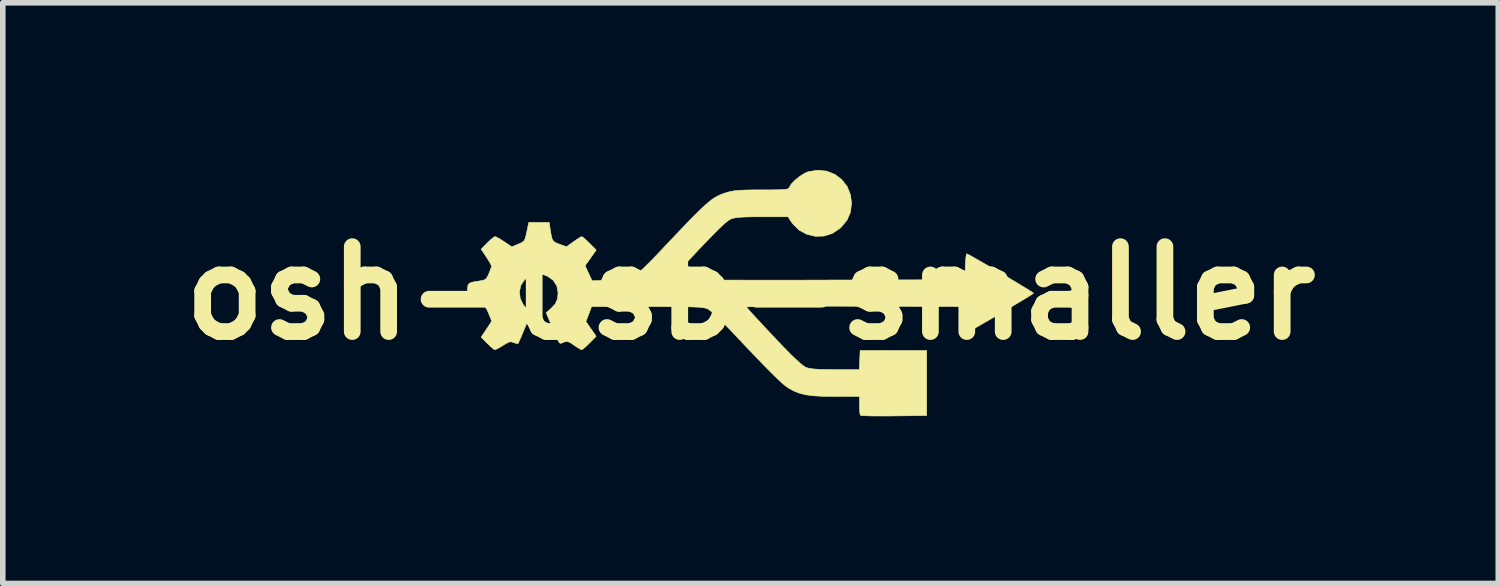
<source format=kicad_pcb>
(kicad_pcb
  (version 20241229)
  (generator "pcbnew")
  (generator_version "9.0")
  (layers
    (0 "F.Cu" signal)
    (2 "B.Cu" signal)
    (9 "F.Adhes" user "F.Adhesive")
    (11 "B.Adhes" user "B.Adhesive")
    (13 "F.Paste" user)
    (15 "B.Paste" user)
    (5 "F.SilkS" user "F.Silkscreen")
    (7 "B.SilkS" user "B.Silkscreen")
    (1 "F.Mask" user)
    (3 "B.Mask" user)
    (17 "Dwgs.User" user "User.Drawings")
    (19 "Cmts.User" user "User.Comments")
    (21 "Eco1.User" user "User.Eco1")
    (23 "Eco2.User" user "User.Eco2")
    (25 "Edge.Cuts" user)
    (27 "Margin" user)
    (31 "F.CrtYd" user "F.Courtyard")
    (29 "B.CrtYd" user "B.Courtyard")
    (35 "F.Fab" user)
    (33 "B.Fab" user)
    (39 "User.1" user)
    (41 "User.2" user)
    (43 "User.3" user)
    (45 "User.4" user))
  (footprint "osh-usb-smaller"
    (layer "F.Cu")
    (at 10.421 2.212)
    (property "Reference" "osh-usb-smaller" (at 0 0 0) (layer "F.SilkS") (effects (font (size 1.524 1.524) (thickness 0.3))))
    (attr through_hole)
    (fp_poly (pts (xy 1.369 -2.19) (xy 1.515 -2.132) (xy 1.639 -2.038) (xy 1.735 -1.914) (xy 1.795 -1.765) (xy 1.814 -1.613) (xy 1.794 -1.453) (xy 1.734 -1.312) (xy 1.627 -1.184) (xy 1.604 -1.162) (xy 1.469 -1.072) (xy 1.319 -1.025) (xy 1.164 -1.02) (xy 1.012 -1.056) (xy 0.873 -1.131) (xy 0.757 -1.245) (xy 0.729 -1.285) (xy 0.673 -1.371) (xy 0.21 -1.371) (xy 0.028 -1.37) (xy -0.111 -1.367) (xy -0.214 -1.36) (xy -0.288 -1.35) (xy -0.342 -1.336) (xy -0.35 -1.333) (xy -0.396 -1.306) (xy -0.463 -1.252) (xy -0.553 -1.168) (xy -0.669 -1.053) (xy -0.814 -0.903) (xy -0.928 -0.783) (xy -1.054 -0.649) (xy -1.169 -0.526) (xy -1.267 -0.42) (xy -1.344 -0.336) (xy -1.396 -0.277) (xy -1.418 -0.251) (xy -1.418 -0.25) (xy -1.395 -0.247) (xy -1.323 -0.245) (xy -1.208 -0.242) (xy -1.051 -0.24) (xy -0.856 -0.238) (xy -0.626 -0.236) (xy -0.365 -0.235) (xy -0.076 -0.234) (xy 0.239 -0.234) (xy 0.576 -0.234) (xy 0.931 -0.234) (xy 1.211 -0.235) (xy 3.848 -0.241) (xy 3.855 -0.478) (xy 3.861 -0.58) (xy 3.868 -0.657) (xy 3.878 -0.701) (xy 3.883 -0.707) (xy 3.922 -0.687) (xy 3.995 -0.647) (xy 4.095 -0.59) (xy 4.216 -0.52) (xy 4.349 -0.443) (xy 4.489 -0.36) (xy 4.629 -0.278) (xy 4.761 -0.199) (xy 4.878 -0.128) (xy 4.975 -0.069) (xy 5.044 -0.025) (xy 5.078 -0.002) (xy 5.08 0.001) (xy 5.059 0.016) (xy 5.001 0.054) (xy 4.913 0.108) (xy 4.801 0.175) (xy 4.672 0.252) (xy 4.534 0.334) (xy 4.393 0.417) (xy 4.256 0.497) (xy 4.13 0.569) (xy 4.022 0.631) (xy 3.938 0.678) (xy 3.886 0.705) (xy 3.872 0.711) (xy 3.867 0.688) (xy 3.862 0.625) (xy 3.857 0.533) (xy 3.855 0.476) (xy 3.848 0.241) (xy 1.884 0.235) (xy 1.552 0.234) (xy 1.241 0.234) (xy 0.956 0.234) (xy 0.698 0.235) (xy 0.472 0.237) (xy 0.281 0.239) (xy 0.128 0.241) (xy 0.016 0.244) (xy -0.052 0.247) (xy -0.072 0.251) (xy -0.053 0.274) (xy -0.004 0.33) (xy 0.072 0.412) (xy 0.168 0.517) (xy 0.282 0.638) (xy 0.407 0.772) (xy 0.418 0.784) (xy 0.584 0.958) (xy 0.719 1.096) (xy 0.827 1.2) (xy 0.909 1.273) (xy 0.969 1.318) (xy 0.997 1.333) (xy 1.05 1.349) (xy 1.125 1.36) (xy 1.229 1.367) (xy 1.37 1.371) (xy 1.523 1.372) (xy 1.953 1.372) (xy 1.968 1.029) (xy 3.162 1.029) (xy 3.162 2.197) (xy 2.576 2.204) (xy 2.409 2.205) (xy 2.258 2.205) (xy 2.132 2.203) (xy 2.039 2.2) (xy 1.984 2.196) (xy 1.973 2.193) (xy 1.964 2.161) (xy 1.958 2.093) (xy 1.956 2.015) (xy 1.956 1.854) (xy 1.514 1.854) (xy 1.306 1.852) (xy 1.139 1.843) (xy 1.004 1.826) (xy 0.891 1.8) (xy 0.791 1.762) (xy 0.695 1.711) (xy 0.665 1.692) (xy 0.618 1.658) (xy 0.554 1.603) (xy 0.471 1.525) (xy 0.366 1.422) (xy 0.237 1.291) (xy 0.082 1.13) (xy -0.102 0.937) (xy -0.318 0.708) (xy -0.345 0.679) (xy -0.454 0.566) (xy -0.558 0.462) (xy -0.649 0.377) (xy -0.72 0.315) (xy -0.762 0.286) (xy -0.789 0.274) (xy -0.822 0.265) (xy -0.867 0.258) (xy -0.93 0.252) (xy -1.014 0.248) (xy -1.126 0.245) (xy -1.269 0.243) (xy -1.45 0.242) (xy -1.673 0.241) (xy -1.851 0.241) (xy -2.852 0.241) (xy -2.903 0.376) (xy -2.954 0.51) (xy -2.862 0.642) (xy -2.77 0.774) (xy -2.889 0.895) (xy -2.953 0.957) (xy -3.003 1) (xy -3.03 1.016) (xy -3.062 1.002) (xy -3.119 0.967) (xy -3.166 0.935) (xy -3.235 0.888) (xy -3.282 0.869) (xy -3.326 0.872) (xy -3.356 0.882) (xy -3.383 0.894) (xy -3.404 0.901) (xy -3.422 0.897) (xy -3.44 0.876) (xy -3.464 0.832) (xy -3.497 0.758) (xy -3.542 0.649) (xy -3.595 0.524) (xy -3.668 0.35) (xy -3.589 0.283) (xy -3.507 0.198) (xy -3.466 0.107) (xy -3.454 -0.001) (xy -3.476 -0.13) (xy -3.542 -0.232) (xy -3.646 -0.305) (xy -3.752 -0.346) (xy -3.842 -0.351) (xy -3.937 -0.321) (xy -3.954 -0.314) (xy -4.056 -0.24) (xy -4.121 -0.142) (xy -4.147 -0.028) (xy -4.134 0.092) (xy -4.08 0.206) (xy -4.023 0.271) (xy -3.938 0.352) (xy -4.05 0.623) (xy -4.095 0.731) (xy -4.133 0.82) (xy -4.161 0.882) (xy -4.173 0.905) (xy -4.202 0.904) (xy -4.25 0.886) (xy -4.293 0.873) (xy -4.336 0.878) (xy -4.394 0.908) (xy -4.44 0.936) (xy -4.511 0.98) (xy -4.566 1.008) (xy -4.588 1.016) (xy -4.617 0.999) (xy -4.669 0.955) (xy -4.723 0.903) (xy -4.835 0.789) (xy -4.739 0.646) (xy -4.644 0.503) (xy -4.699 0.368) (xy -4.732 0.292) (xy -4.763 0.25) (xy -4.805 0.229) (xy -4.872 0.217) (xy -4.974 0.202) (xy -5.035 0.185) (xy -5.067 0.155) (xy -5.078 0.102) (xy -5.08 0.015) (xy -5.08 0) (xy -5.079 -0.091) (xy -5.07 -0.148) (xy -5.042 -0.181) (xy -4.987 -0.199) (xy -4.893 -0.214) (xy -4.868 -0.218) (xy -4.792 -0.232) (xy -4.748 -0.256) (xy -4.716 -0.306) (xy -4.697 -0.348) (xy -4.668 -0.419) (xy -4.651 -0.472) (xy -4.648 -0.485) (xy -4.661 -0.517) (xy -4.696 -0.577) (xy -4.741 -0.649) (xy -4.835 -0.789) (xy -4.723 -0.903) (xy -4.661 -0.962) (xy -4.61 -1.003) (xy -4.585 -1.016) (xy -4.552 -1.003) (xy -4.49 -0.968) (xy -4.422 -0.924) (xy -4.285 -0.832) (xy -4.168 -0.88) (xy -4.106 -0.908) (xy -4.068 -0.936) (xy -4.045 -0.979) (xy -4.026 -1.051) (xy -4.016 -1.099) (xy -3.98 -1.27) (xy -3.613 -1.27) (xy -3.595 -1.149) (xy -3.578 -1.043) (xy -3.561 -0.974) (xy -3.535 -0.932) (xy -3.494 -0.904) (xy -3.429 -0.879) (xy -3.428 -0.878) (xy -3.302 -0.833) (xy -3.175 -0.925) (xy -3.105 -0.973) (xy -3.051 -1.006) (xy -3.028 -1.016) (xy -3.001 -0.999) (xy -2.951 -0.955) (xy -2.889 -0.895) (xy -2.769 -0.774) (xy -2.869 -0.633) (xy -2.969 -0.492) (xy -2.844 -0.223) (xy -2.521 -0.233) (xy -2.359 -0.241) (xy -2.24 -0.253) (xy -2.156 -0.27) (xy -2.108 -0.287) (xy -2.063 -0.319) (xy -1.991 -0.382) (xy -1.898 -0.469) (xy -1.792 -0.574) (xy -1.679 -0.69) (xy -1.665 -0.705) (xy -1.458 -0.925) (xy -1.281 -1.111) (xy -1.132 -1.267) (xy -1.007 -1.395) (xy -0.902 -1.498) (xy -0.814 -1.58) (xy -0.74 -1.644) (xy -0.675 -1.693) (xy -0.616 -1.73) (xy -0.559 -1.759) (xy -0.502 -1.782) (xy -0.44 -1.803) (xy -0.423 -1.808) (xy -0.359 -1.825) (xy -0.287 -1.838) (xy -0.198 -1.846) (xy -0.083 -1.851) (xy 0.066 -1.854) (xy 0.204 -1.854) (xy 0.371 -1.854) (xy 0.494 -1.856) (xy 0.581 -1.859) (xy 0.637 -1.864) (xy 0.671 -1.873) (xy 0.689 -1.885) (xy 0.698 -1.902) (xy 0.698 -1.904) (xy 0.734 -1.961) (xy 0.801 -2.029) (xy 0.885 -2.097) (xy 0.971 -2.152) (xy 1.036 -2.18) (xy 1.207 -2.207) (xy 1.369 -2.19)) (stroke (width 0.01) (type solid)) (fill yes) (layer "F.SilkS")))
  (gr_rect
    (start -3 -3)
    (end 23.843 7.422)
    (stroke (width 0.1) (type default))
    (fill no)
    (layer "Edge.Cuts")))
</source>
